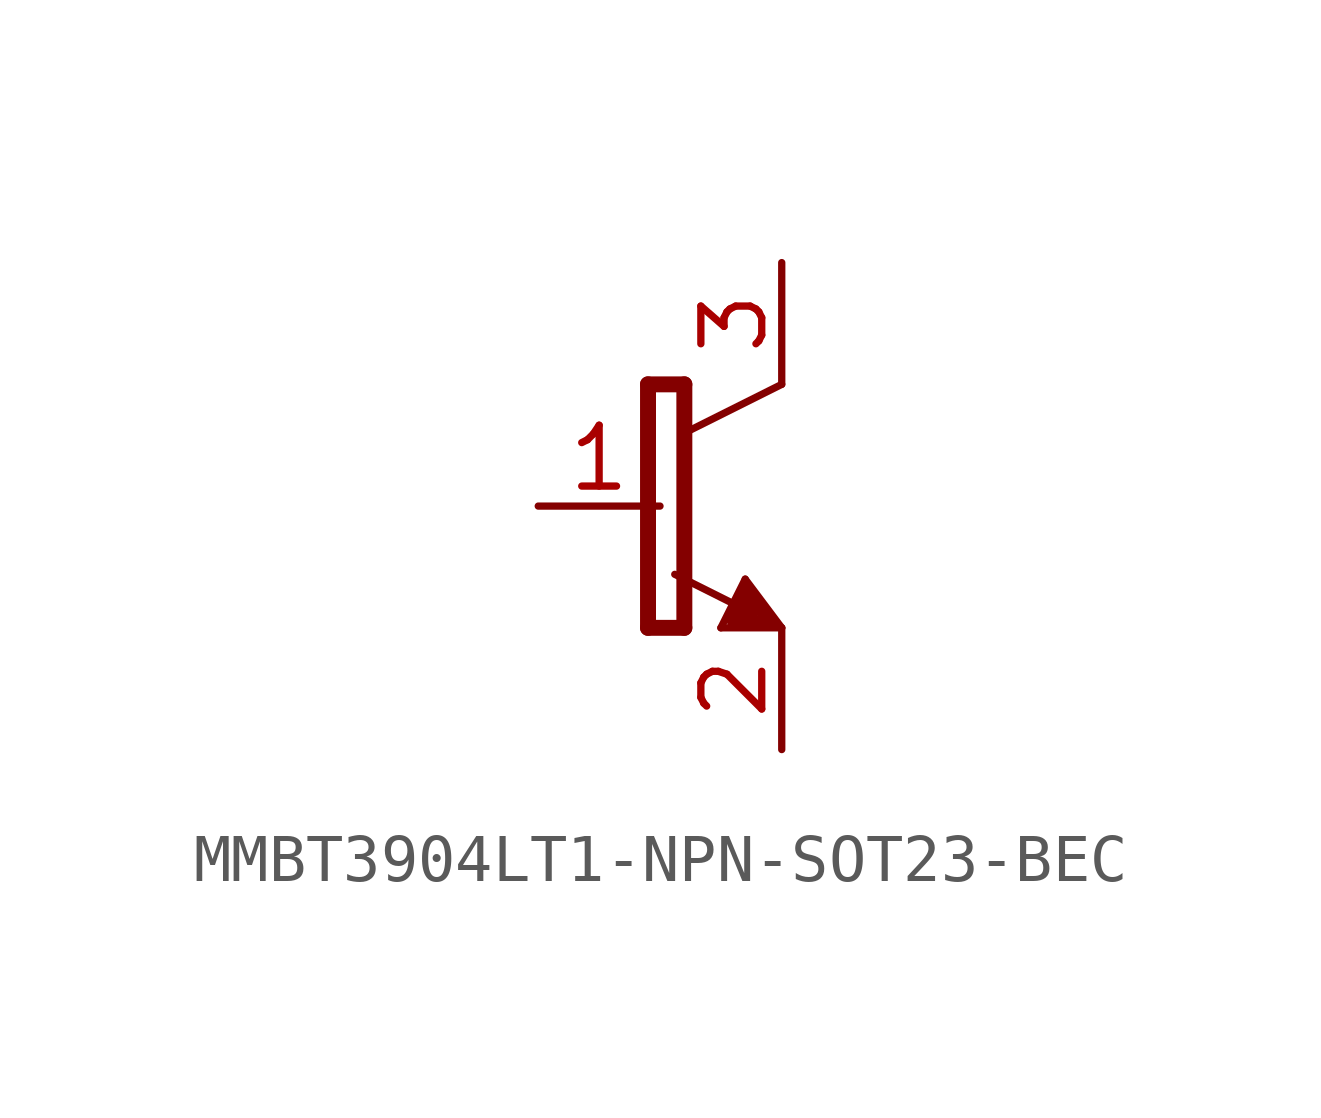
<source format=kicad_sym>
(kicad_symbol_lib
  (version 20231120)
  (generator "kicad_symbol_editor")
  (generator_version "8.0")
  (symbol "MMBT3904LT1-NPN-SOT23-BEC"
    (property "Reference" "Q"
      (at 0 0 0)
      (effects (font (size 1.27 1.27)) (hide yes)))
    (property "ki_locked" ""
      (at 0 0 0)
      (effects (font (size 1.27 1.27))))
    (symbol "MMBT3904LT1-NPN-SOT23-BEC_1_0"
      (polyline (pts (xy -1.395 -2.54) (xy -0.637 -2.54)) (stroke (width 0.333) (type solid)) (fill (type none)))
      (polyline (pts (xy -1.395 2.54) (xy -1.395 -2.54)) (stroke (width 0.333) (type solid)) (fill (type none)))
      (polyline (pts (xy -0.637 -2.54) (xy -0.637 2.54)) (stroke (width 0.333) (type solid)) (fill (type none)))
      (polyline (pts (xy -0.637 2.54) (xy -1.395 2.54)) (stroke (width 0.333) (type solid)) (fill (type none)))
      (polyline (pts (xy 0.125 -2.54) (xy 0.633 -1.524)) (stroke (width 0.152) (type solid)) (fill (type none)))
      (polyline (pts (xy 0.379 -2.413) (xy 1.141 -2.413)) (stroke (width 0.254) (type solid)) (fill (type none)))
      (polyline (pts (xy 0.379 -2.286) (xy 0.76 -2.286)) (stroke (width 0.254) (type solid)) (fill (type none)))
      (polyline (pts (xy 0.395 -2.04) (xy -0.837 -1.424)) (stroke (width 0.152) (type solid)) (fill (type none)))
      (polyline (pts (xy 0.633 -1.778) (xy 0.379 -2.286)) (stroke (width 0.254) (type solid)) (fill (type none)))
      (polyline (pts (xy 0.633 -1.524) (xy 1.395 -2.54)) (stroke (width 0.152) (type solid)) (fill (type none)))
      (polyline (pts (xy 0.76 -2.286) (xy 0.633 -2.032)) (stroke (width 0.254) (type solid)) (fill (type none)))
      (polyline (pts (xy 1.141 -2.413) (xy 0.633 -1.778)) (stroke (width 0.254) (type solid)) (fill (type none)))
      (polyline (pts (xy 1.395 -2.54) (xy 0.125 -2.54)) (stroke (width 0.152) (type solid)) (fill (type none)))
      (polyline (pts (xy 1.395 2.54) (xy -0.637 1.524)) (stroke (width 0.152) (type solid)) (fill (type none)))
      (pin passive line (at -3.685 0 0) (length 2.54) (name "B" (effects (font (size 0 0)))) (number "1" (effects (font (size 1.27 1.27)))))
      (pin passive line (at 1.395 -5.08 90) (length 2.54) (name "E" (effects (font (size 0 0)))) (number "2" (effects (font (size 1.27 1.27)))))
      (pin passive line (at 1.395 5.08 270) (length 2.54) (name "C" (effects (font (size 0 0)))) (number "3" (effects (font (size 1.27 1.27))))))))
</source>
